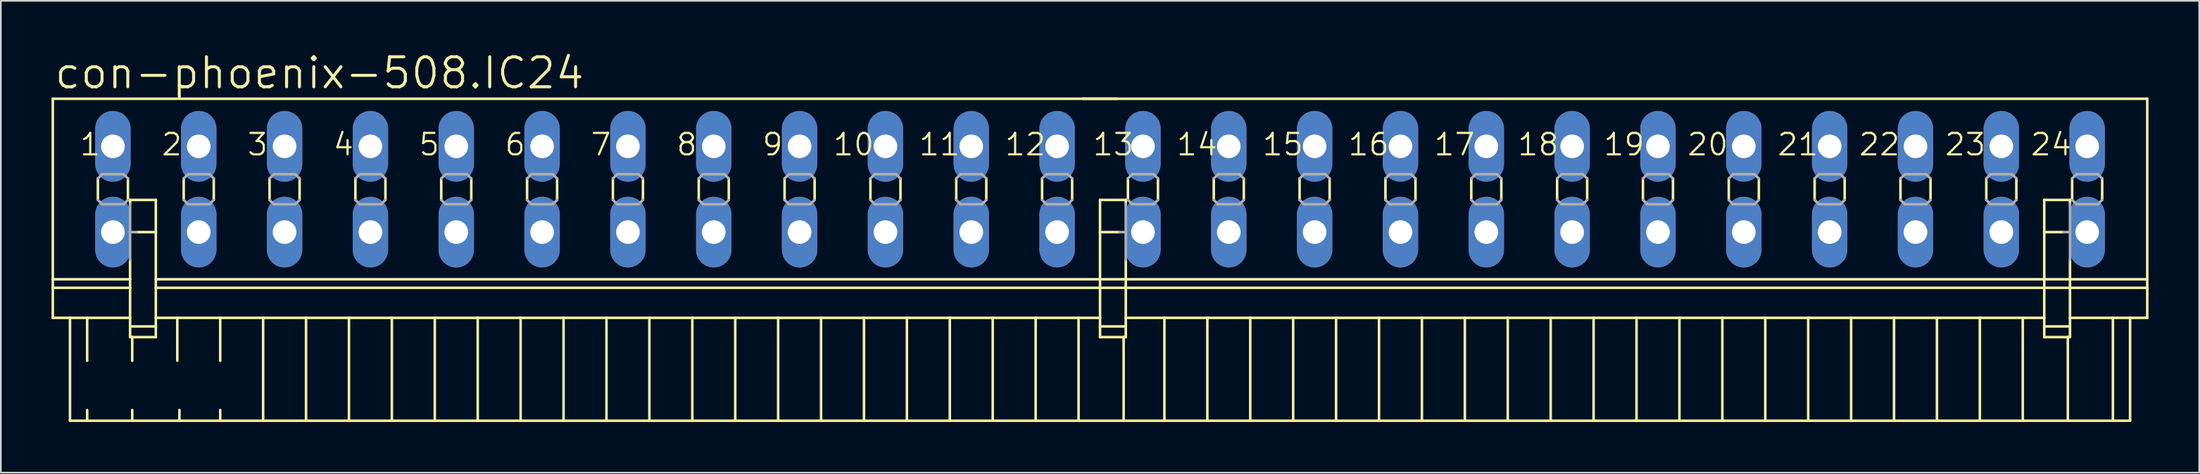
<source format=kicad_pcb>
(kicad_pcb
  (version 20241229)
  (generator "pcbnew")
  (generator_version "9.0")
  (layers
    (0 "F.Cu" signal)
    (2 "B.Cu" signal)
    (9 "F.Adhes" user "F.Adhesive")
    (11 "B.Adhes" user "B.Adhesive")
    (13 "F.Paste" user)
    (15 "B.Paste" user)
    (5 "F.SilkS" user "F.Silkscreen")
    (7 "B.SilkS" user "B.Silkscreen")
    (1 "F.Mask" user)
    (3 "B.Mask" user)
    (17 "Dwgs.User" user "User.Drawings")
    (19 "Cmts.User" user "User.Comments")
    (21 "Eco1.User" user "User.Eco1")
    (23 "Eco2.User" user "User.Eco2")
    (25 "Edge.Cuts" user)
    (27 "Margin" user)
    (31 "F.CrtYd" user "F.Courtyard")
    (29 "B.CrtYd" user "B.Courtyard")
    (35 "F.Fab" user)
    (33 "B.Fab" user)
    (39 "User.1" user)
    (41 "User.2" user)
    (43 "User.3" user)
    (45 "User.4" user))
  (footprint "con-phoenix-508.IC24"
    (layer "F.Cu")
    (at 62.052 8.16)
    (property "Reference" "con-phoenix-508.IC24" (at -61.976 -5.842 0) (layer "F.SilkS") (effects (font (size 1.778 1.778) (thickness 0.18)) (justify left bottom)))
    (attr through_hole)
    (fp_line (start -61.976 -5.359) (end -61.976 5.334) (stroke (width 0.152) (type default)) (layer "F.SilkS"))
    (fp_line (start -61.976 -5.359) (end -1.016 -5.359) (stroke (width 0.152) (type default)) (layer "F.SilkS"))
    (fp_line (start -61.976 5.334) (end -61.976 5.842) (stroke (width 0.152) (type default)) (layer "F.SilkS"))
    (fp_line (start -61.976 5.334) (end -57.404 5.334) (stroke (width 0.152) (type default)) (layer "F.SilkS"))
    (fp_line (start -61.976 5.842) (end -61.976 7.62) (stroke (width 0.152) (type default)) (layer "F.SilkS"))
    (fp_line (start -61.976 5.842) (end -57.404 5.842) (stroke (width 0.152) (type default)) (layer "F.SilkS"))
    (fp_line (start -61.976 7.62) (end -60.96 7.62) (stroke (width 0.152) (type default)) (layer "F.SilkS"))
    (fp_line (start -60.96 7.62) (end -60.96 13.716) (stroke (width 0.152) (type default)) (layer "F.SilkS"))
    (fp_line (start -60.96 7.62) (end -59.944 7.62) (stroke (width 0.152) (type default)) (layer "F.SilkS"))
    (fp_line (start -60.96 13.716) (end -59.944 13.716) (stroke (width 0.152) (type default)) (layer "F.SilkS"))
    (fp_line (start -59.944 7.62) (end -59.944 10.16) (stroke (width 0.152) (type default)) (layer "F.SilkS"))
    (fp_line (start -59.944 7.62) (end -57.404 7.62) (stroke (width 0.152) (type default)) (layer "F.SilkS"))
    (fp_line (start -59.944 13.081) (end -59.944 13.716) (stroke (width 0.152) (type default)) (layer "F.SilkS"))
    (fp_line (start -59.944 13.716) (end -57.277 13.716) (stroke (width 0.152) (type default)) (layer "F.SilkS"))
    (fp_line (start -59.309 -0.635) (end -59.309 0.635) (stroke (width 0.152) (type default)) (layer "F.SilkS"))
    (fp_line (start -57.531 -0.635) (end -57.531 0.635) (stroke (width 0.152) (type default)) (layer "F.SilkS"))
    (fp_line (start -57.404 0.635) (end -57.404 0.889) (stroke (width 0.152) (type default)) (layer "F.SilkS"))
    (fp_line (start -57.404 0.635) (end -55.88 0.635) (stroke (width 0.152) (type default)) (layer "F.SilkS"))
    (fp_line (start -57.404 4.191) (end -57.404 5.334) (stroke (width 0.152) (type default)) (layer "F.SilkS"))
    (fp_line (start -57.404 5.842) (end -57.404 5.334) (stroke (width 0.152) (type default)) (layer "F.SilkS"))
    (fp_line (start -57.404 7.62) (end -57.404 5.842) (stroke (width 0.152) (type default)) (layer "F.SilkS"))
    (fp_line (start -57.404 8.128) (end -57.404 7.62) (stroke (width 0.152) (type default)) (layer "F.SilkS"))
    (fp_line (start -57.404 8.128) (end -55.88 8.128) (stroke (width 0.152) (type default)) (layer "F.SilkS"))
    (fp_line (start -57.404 8.763) (end -57.404 8.128) (stroke (width 0.152) (type default)) (layer "F.SilkS"))
    (fp_line (start -57.277 8.763) (end -57.404 8.763) (stroke (width 0.152) (type default)) (layer "F.SilkS"))
    (fp_line (start -57.277 8.763) (end -57.277 10.16) (stroke (width 0.152) (type default)) (layer "F.SilkS"))
    (fp_line (start -57.277 13.081) (end -57.277 13.716) (stroke (width 0.152) (type default)) (layer "F.SilkS"))
    (fp_line (start -57.277 13.716) (end -54.483 13.716) (stroke (width 0.152) (type default)) (layer "F.SilkS"))
    (fp_line (start -55.88 0.635) (end -55.88 2.54) (stroke (width 0.152) (type default)) (layer "F.SilkS"))
    (fp_line (start -55.88 2.54) (end -57.023 2.54) (stroke (width 0.152) (type default)) (layer "F.SilkS"))
    (fp_line (start -55.88 2.54) (end -55.88 5.334) (stroke (width 0.152) (type default)) (layer "F.SilkS"))
    (fp_line (start -55.88 5.334) (end -55.88 5.842) (stroke (width 0.152) (type default)) (layer "F.SilkS"))
    (fp_line (start -55.88 5.334) (end 0 5.334) (stroke (width 0.152) (type default)) (layer "F.SilkS"))
    (fp_line (start -55.88 5.842) (end -55.88 7.62) (stroke (width 0.152) (type default)) (layer "F.SilkS"))
    (fp_line (start -55.88 5.842) (end 0 5.842) (stroke (width 0.152) (type default)) (layer "F.SilkS"))
    (fp_line (start -55.88 7.62) (end -55.88 8.128) (stroke (width 0.152) (type default)) (layer "F.SilkS"))
    (fp_line (start -55.88 7.62) (end -54.61 7.62) (stroke (width 0.152) (type default)) (layer "F.SilkS"))
    (fp_line (start -55.88 8.128) (end -55.88 8.763) (stroke (width 0.152) (type default)) (layer "F.SilkS"))
    (fp_line (start -55.88 8.763) (end -57.277 8.763) (stroke (width 0.152) (type default)) (layer "F.SilkS"))
    (fp_line (start -54.61 7.62) (end -54.61 10.16) (stroke (width 0.152) (type default)) (layer "F.SilkS"))
    (fp_line (start -54.61 7.62) (end -52.07 7.62) (stroke (width 0.152) (type default)) (layer "F.SilkS"))
    (fp_line (start -54.483 13.081) (end -54.483 13.716) (stroke (width 0.152) (type default)) (layer "F.SilkS"))
    (fp_line (start -54.483 13.716) (end -52.07 13.716) (stroke (width 0.152) (type default)) (layer "F.SilkS"))
    (fp_line (start -54.229 -0.635) (end -54.229 0.635) (stroke (width 0.152) (type default)) (layer "F.SilkS"))
    (fp_line (start -52.451 -0.635) (end -52.451 0.635) (stroke (width 0.152) (type default)) (layer "F.SilkS"))
    (fp_line (start -52.07 7.62) (end -52.07 10.16) (stroke (width 0.152) (type default)) (layer "F.SilkS"))
    (fp_line (start -52.07 7.62) (end -49.53 7.62) (stroke (width 0.152) (type default)) (layer "F.SilkS"))
    (fp_line (start -52.07 13.081) (end -52.07 13.716) (stroke (width 0.152) (type default)) (layer "F.SilkS"))
    (fp_line (start -52.07 13.716) (end -49.53 13.716) (stroke (width 0.152) (type default)) (layer "F.SilkS"))
    (fp_line (start -49.53 7.62) (end -49.53 13.716) (stroke (width 0.152) (type default)) (layer "F.SilkS"))
    (fp_line (start -49.53 7.62) (end -46.99 7.62) (stroke (width 0.152) (type default)) (layer "F.SilkS"))
    (fp_line (start -49.53 13.716) (end -46.99 13.716) (stroke (width 0.152) (type default)) (layer "F.SilkS"))
    (fp_line (start -49.149 -0.635) (end -49.149 0.635) (stroke (width 0.152) (type default)) (layer "F.SilkS"))
    (fp_line (start -47.371 -0.635) (end -47.371 0.635) (stroke (width 0.152) (type default)) (layer "F.SilkS"))
    (fp_line (start -46.99 7.62) (end -46.99 13.716) (stroke (width 0.152) (type default)) (layer "F.SilkS"))
    (fp_line (start -46.99 7.62) (end -44.45 7.62) (stroke (width 0.152) (type default)) (layer "F.SilkS"))
    (fp_line (start -46.99 13.716) (end -44.45 13.716) (stroke (width 0.152) (type default)) (layer "F.SilkS"))
    (fp_line (start -44.45 7.62) (end -44.45 13.716) (stroke (width 0.152) (type default)) (layer "F.SilkS"))
    (fp_line (start -44.45 7.62) (end -41.91 7.62) (stroke (width 0.152) (type default)) (layer "F.SilkS"))
    (fp_line (start -44.45 13.716) (end -41.91 13.716) (stroke (width 0.152) (type default)) (layer "F.SilkS"))
    (fp_line (start -44.069 -0.635) (end -44.069 0.635) (stroke (width 0.152) (type default)) (layer "F.SilkS"))
    (fp_line (start -42.291 -0.635) (end -42.291 0.635) (stroke (width 0.152) (type default)) (layer "F.SilkS"))
    (fp_line (start -41.91 7.62) (end -41.91 13.716) (stroke (width 0.152) (type default)) (layer "F.SilkS"))
    (fp_line (start -41.91 7.62) (end -39.37 7.62) (stroke (width 0.152) (type default)) (layer "F.SilkS"))
    (fp_line (start -41.91 13.716) (end -39.37 13.716) (stroke (width 0.152) (type default)) (layer "F.SilkS"))
    (fp_line (start -39.37 7.62) (end -39.37 13.716) (stroke (width 0.152) (type default)) (layer "F.SilkS"))
    (fp_line (start -39.37 7.62) (end -36.83 7.62) (stroke (width 0.152) (type default)) (layer "F.SilkS"))
    (fp_line (start -39.37 13.716) (end -36.83 13.716) (stroke (width 0.152) (type default)) (layer "F.SilkS"))
    (fp_line (start -38.989 -0.635) (end -38.989 0.635) (stroke (width 0.152) (type default)) (layer "F.SilkS"))
    (fp_line (start -37.211 -0.635) (end -37.211 0.635) (stroke (width 0.152) (type default)) (layer "F.SilkS"))
    (fp_line (start -36.83 7.62) (end -36.83 13.716) (stroke (width 0.152) (type default)) (layer "F.SilkS"))
    (fp_line (start -36.83 7.62) (end -34.29 7.62) (stroke (width 0.152) (type default)) (layer "F.SilkS"))
    (fp_line (start -36.83 13.716) (end -34.29 13.716) (stroke (width 0.152) (type default)) (layer "F.SilkS"))
    (fp_line (start -34.29 7.62) (end -34.29 13.716) (stroke (width 0.152) (type default)) (layer "F.SilkS"))
    (fp_line (start -34.29 7.62) (end -31.75 7.62) (stroke (width 0.152) (type default)) (layer "F.SilkS"))
    (fp_line (start -34.29 13.716) (end -31.75 13.716) (stroke (width 0.152) (type default)) (layer "F.SilkS"))
    (fp_line (start -33.909 -0.635) (end -33.909 0.635) (stroke (width 0.152) (type default)) (layer "F.SilkS"))
    (fp_line (start -32.131 -0.635) (end -32.131 0.635) (stroke (width 0.152) (type default)) (layer "F.SilkS"))
    (fp_line (start -31.75 7.62) (end -31.75 13.716) (stroke (width 0.152) (type default)) (layer "F.SilkS"))
    (fp_line (start -31.75 7.62) (end -29.21 7.62) (stroke (width 0.152) (type default)) (layer "F.SilkS"))
    (fp_line (start -31.75 13.716) (end -29.21 13.716) (stroke (width 0.152) (type default)) (layer "F.SilkS"))
    (fp_line (start -29.21 7.62) (end -29.21 13.716) (stroke (width 0.152) (type default)) (layer "F.SilkS"))
    (fp_line (start -29.21 7.62) (end -26.67 7.62) (stroke (width 0.152) (type default)) (layer "F.SilkS"))
    (fp_line (start -29.21 13.716) (end -26.67 13.716) (stroke (width 0.152) (type default)) (layer "F.SilkS"))
    (fp_line (start -28.829 -0.635) (end -28.829 0.635) (stroke (width 0.152) (type default)) (layer "F.SilkS"))
    (fp_line (start -27.051 -0.635) (end -27.051 0.635) (stroke (width 0.152) (type default)) (layer "F.SilkS"))
    (fp_line (start -26.67 7.62) (end -26.67 13.716) (stroke (width 0.152) (type default)) (layer "F.SilkS"))
    (fp_line (start -26.67 7.62) (end -24.13 7.62) (stroke (width 0.152) (type default)) (layer "F.SilkS"))
    (fp_line (start -26.67 13.716) (end -24.13 13.716) (stroke (width 0.152) (type default)) (layer "F.SilkS"))
    (fp_line (start -24.13 7.62) (end -24.13 13.716) (stroke (width 0.152) (type default)) (layer "F.SilkS"))
    (fp_line (start -24.13 7.62) (end -21.59 7.62) (stroke (width 0.152) (type default)) (layer "F.SilkS"))
    (fp_line (start -24.13 13.716) (end -21.59 13.716) (stroke (width 0.152) (type default)) (layer "F.SilkS"))
    (fp_line (start -23.749 -0.635) (end -23.749 0.635) (stroke (width 0.152) (type default)) (layer "F.SilkS"))
    (fp_line (start -21.971 -0.635) (end -21.971 0.635) (stroke (width 0.152) (type default)) (layer "F.SilkS"))
    (fp_line (start -21.59 7.62) (end -21.59 13.716) (stroke (width 0.152) (type default)) (layer "F.SilkS"))
    (fp_line (start -21.59 7.62) (end -19.05 7.62) (stroke (width 0.152) (type default)) (layer "F.SilkS"))
    (fp_line (start -21.59 13.716) (end -19.05 13.716) (stroke (width 0.152) (type default)) (layer "F.SilkS"))
    (fp_line (start -19.05 7.62) (end -19.05 13.716) (stroke (width 0.152) (type default)) (layer "F.SilkS"))
    (fp_line (start -19.05 7.62) (end -16.51 7.62) (stroke (width 0.152) (type default)) (layer "F.SilkS"))
    (fp_line (start -19.05 13.716) (end -16.51 13.716) (stroke (width 0.152) (type default)) (layer "F.SilkS"))
    (fp_line (start -18.669 -0.635) (end -18.669 0.635) (stroke (width 0.152) (type default)) (layer "F.SilkS"))
    (fp_line (start -16.891 -0.635) (end -16.891 0.635) (stroke (width 0.152) (type default)) (layer "F.SilkS"))
    (fp_line (start -16.51 7.62) (end -16.51 13.716) (stroke (width 0.152) (type default)) (layer "F.SilkS"))
    (fp_line (start -16.51 7.62) (end -13.97 7.62) (stroke (width 0.152) (type default)) (layer "F.SilkS"))
    (fp_line (start -16.51 13.716) (end -13.97 13.716) (stroke (width 0.152) (type default)) (layer "F.SilkS"))
    (fp_line (start -13.97 7.62) (end -13.97 13.716) (stroke (width 0.152) (type default)) (layer "F.SilkS"))
    (fp_line (start -13.97 7.62) (end -11.43 7.62) (stroke (width 0.152) (type default)) (layer "F.SilkS"))
    (fp_line (start -13.97 13.716) (end -11.43 13.716) (stroke (width 0.152) (type default)) (layer "F.SilkS"))
    (fp_line (start -13.589 -0.635) (end -13.589 0.635) (stroke (width 0.152) (type default)) (layer "F.SilkS"))
    (fp_line (start -11.811 -0.635) (end -11.811 0.635) (stroke (width 0.152) (type default)) (layer "F.SilkS"))
    (fp_line (start -11.43 7.62) (end -11.43 13.716) (stroke (width 0.152) (type default)) (layer "F.SilkS"))
    (fp_line (start -11.43 7.62) (end -8.89 7.62) (stroke (width 0.152) (type default)) (layer "F.SilkS"))
    (fp_line (start -11.43 13.716) (end -8.89 13.716) (stroke (width 0.152) (type default)) (layer "F.SilkS"))
    (fp_line (start -8.89 7.62) (end -8.89 13.716) (stroke (width 0.152) (type default)) (layer "F.SilkS"))
    (fp_line (start -8.89 7.62) (end -6.35 7.62) (stroke (width 0.152) (type default)) (layer "F.SilkS"))
    (fp_line (start -8.89 13.716) (end -6.35 13.716) (stroke (width 0.152) (type default)) (layer "F.SilkS"))
    (fp_line (start -8.509 -0.635) (end -8.509 0.635) (stroke (width 0.152) (type default)) (layer "F.SilkS"))
    (fp_line (start -6.731 -0.635) (end -6.731 0.635) (stroke (width 0.152) (type default)) (layer "F.SilkS"))
    (fp_line (start -6.35 7.62) (end -6.35 13.716) (stroke (width 0.152) (type default)) (layer "F.SilkS"))
    (fp_line (start -6.35 7.62) (end -3.81 7.62) (stroke (width 0.152) (type default)) (layer "F.SilkS"))
    (fp_line (start -6.35 13.716) (end -3.81 13.716) (stroke (width 0.152) (type default)) (layer "F.SilkS"))
    (fp_line (start -3.81 7.62) (end -3.81 13.716) (stroke (width 0.152) (type default)) (layer "F.SilkS"))
    (fp_line (start -3.81 7.62) (end -1.27 7.62) (stroke (width 0.152) (type default)) (layer "F.SilkS"))
    (fp_line (start -3.81 13.716) (end -1.27 13.716) (stroke (width 0.152) (type default)) (layer "F.SilkS"))
    (fp_line (start -3.429 -0.635) (end -3.429 0.635) (stroke (width 0.152) (type default)) (layer "F.SilkS"))
    (fp_line (start -1.651 -0.635) (end -1.651 0.635) (stroke (width 0.152) (type default)) (layer "F.SilkS"))
    (fp_line (start -1.27 7.62) (end -1.27 13.716) (stroke (width 0.152) (type default)) (layer "F.SilkS"))
    (fp_line (start -1.27 7.62) (end 0 7.62) (stroke (width 0.152) (type default)) (layer "F.SilkS"))
    (fp_line (start -1.27 13.716) (end 1.397 13.716) (stroke (width 0.152) (type default)) (layer "F.SilkS"))
    (fp_line (start -1.016 -5.359) (end 1.016 -5.359) (stroke (width 0.152) (type default)) (layer "F.SilkS"))
    (fp_line (start -1.016 -5.359) (end 61.976 -5.359) (stroke (width 0.152) (type default)) (layer "F.SilkS"))
    (fp_line (start 0 0.635) (end 0 2.54) (stroke (width 0.152) (type default)) (layer "F.SilkS"))
    (fp_line (start 0 2.54) (end 0 5.334) (stroke (width 0.152) (type default)) (layer "F.SilkS"))
    (fp_line (start 0 2.54) (end 1.143 2.54) (stroke (width 0.152) (type default)) (layer "F.SilkS"))
    (fp_line (start 0 5.334) (end 0 5.842) (stroke (width 0.152) (type default)) (layer "F.SilkS"))
    (fp_line (start 0 5.334) (end 1.524 5.334) (stroke (width 0.152) (type default)) (layer "F.SilkS"))
    (fp_line (start 0 5.842) (end 0 7.62) (stroke (width 0.152) (type default)) (layer "F.SilkS"))
    (fp_line (start 0 5.842) (end 1.524 5.842) (stroke (width 0.152) (type default)) (layer "F.SilkS"))
    (fp_line (start 0 7.62) (end 0 8.128) (stroke (width 0.152) (type default)) (layer "F.SilkS"))
    (fp_line (start 0 8.128) (end 0 8.763) (stroke (width 0.152) (type default)) (layer "F.SilkS"))
    (fp_line (start 0 8.128) (end 1.524 8.128) (stroke (width 0.152) (type default)) (layer "F.SilkS"))
    (fp_line (start 1.397 8.763) (end 0 8.763) (stroke (width 0.152) (type default)) (layer "F.SilkS"))
    (fp_line (start 1.397 8.763) (end 1.397 13.716) (stroke (width 0.152) (type default)) (layer "F.SilkS"))
    (fp_line (start 1.397 13.716) (end 3.81 13.716) (stroke (width 0.152) (type default)) (layer "F.SilkS"))
    (fp_line (start 1.524 0.635) (end 0 0.635) (stroke (width 0.152) (type default)) (layer "F.SilkS"))
    (fp_line (start 1.524 0.889) (end 1.524 0.635) (stroke (width 0.152) (type default)) (layer "F.SilkS"))
    (fp_line (start 1.524 4.191) (end 1.524 5.334) (stroke (width 0.152) (type default)) (layer "F.SilkS"))
    (fp_line (start 1.524 5.334) (end 55.88 5.334) (stroke (width 0.152) (type default)) (layer "F.SilkS"))
    (fp_line (start 1.524 5.842) (end 1.524 5.334) (stroke (width 0.152) (type default)) (layer "F.SilkS"))
    (fp_line (start 1.524 5.842) (end 55.88 5.842) (stroke (width 0.152) (type default)) (layer "F.SilkS"))
    (fp_line (start 1.524 7.62) (end 1.524 5.842) (stroke (width 0.152) (type default)) (layer "F.SilkS"))
    (fp_line (start 1.524 7.62) (end 3.81 7.62) (stroke (width 0.152) (type default)) (layer "F.SilkS"))
    (fp_line (start 1.524 8.128) (end 1.524 7.62) (stroke (width 0.152) (type default)) (layer "F.SilkS"))
    (fp_line (start 1.524 8.763) (end 1.397 8.763) (stroke (width 0.152) (type default)) (layer "F.SilkS"))
    (fp_line (start 1.524 8.763) (end 1.524 8.128) (stroke (width 0.152) (type default)) (layer "F.SilkS"))
    (fp_line (start 1.651 -0.635) (end 1.651 0.635) (stroke (width 0.152) (type default)) (layer "F.SilkS"))
    (fp_line (start 3.429 -0.635) (end 3.429 0.635) (stroke (width 0.152) (type default)) (layer "F.SilkS"))
    (fp_line (start 3.81 7.62) (end 3.81 13.716) (stroke (width 0.152) (type default)) (layer "F.SilkS"))
    (fp_line (start 3.81 7.62) (end 6.35 7.62) (stroke (width 0.152) (type default)) (layer "F.SilkS"))
    (fp_line (start 3.81 13.716) (end 6.35 13.716) (stroke (width 0.152) (type default)) (layer "F.SilkS"))
    (fp_line (start 6.35 7.62) (end 6.35 13.716) (stroke (width 0.152) (type default)) (layer "F.SilkS"))
    (fp_line (start 6.35 7.62) (end 8.89 7.62) (stroke (width 0.152) (type default)) (layer "F.SilkS"))
    (fp_line (start 6.35 13.716) (end 8.89 13.716) (stroke (width 0.152) (type default)) (layer "F.SilkS"))
    (fp_line (start 6.731 -0.635) (end 6.731 0.635) (stroke (width 0.152) (type default)) (layer "F.SilkS"))
    (fp_line (start 8.509 -0.635) (end 8.509 0.635) (stroke (width 0.152) (type default)) (layer "F.SilkS"))
    (fp_line (start 8.89 7.62) (end 8.89 13.716) (stroke (width 0.152) (type default)) (layer "F.SilkS"))
    (fp_line (start 8.89 7.62) (end 11.43 7.62) (stroke (width 0.152) (type default)) (layer "F.SilkS"))
    (fp_line (start 8.89 13.716) (end 11.43 13.716) (stroke (width 0.152) (type default)) (layer "F.SilkS"))
    (fp_line (start 11.43 7.62) (end 11.43 13.716) (stroke (width 0.152) (type default)) (layer "F.SilkS"))
    (fp_line (start 11.43 7.62) (end 13.97 7.62) (stroke (width 0.152) (type default)) (layer "F.SilkS"))
    (fp_line (start 11.43 13.716) (end 13.97 13.716) (stroke (width 0.152) (type default)) (layer "F.SilkS"))
    (fp_line (start 11.811 -0.635) (end 11.811 0.635) (stroke (width 0.152) (type default)) (layer "F.SilkS"))
    (fp_line (start 13.589 -0.635) (end 13.589 0.635) (stroke (width 0.152) (type default)) (layer "F.SilkS"))
    (fp_line (start 13.97 7.62) (end 13.97 13.716) (stroke (width 0.152) (type default)) (layer "F.SilkS"))
    (fp_line (start 13.97 7.62) (end 16.51 7.62) (stroke (width 0.152) (type default)) (layer "F.SilkS"))
    (fp_line (start 13.97 13.716) (end 16.51 13.716) (stroke (width 0.152) (type default)) (layer "F.SilkS"))
    (fp_line (start 16.51 7.62) (end 16.51 13.716) (stroke (width 0.152) (type default)) (layer "F.SilkS"))
    (fp_line (start 16.51 7.62) (end 19.05 7.62) (stroke (width 0.152) (type default)) (layer "F.SilkS"))
    (fp_line (start 16.51 13.716) (end 19.05 13.716) (stroke (width 0.152) (type default)) (layer "F.SilkS"))
    (fp_line (start 16.891 -0.635) (end 16.891 0.635) (stroke (width 0.152) (type default)) (layer "F.SilkS"))
    (fp_line (start 18.669 -0.635) (end 18.669 0.635) (stroke (width 0.152) (type default)) (layer "F.SilkS"))
    (fp_line (start 19.05 7.62) (end 19.05 13.716) (stroke (width 0.152) (type default)) (layer "F.SilkS"))
    (fp_line (start 19.05 7.62) (end 21.59 7.62) (stroke (width 0.152) (type default)) (layer "F.SilkS"))
    (fp_line (start 19.05 13.716) (end 21.59 13.716) (stroke (width 0.152) (type default)) (layer "F.SilkS"))
    (fp_line (start 21.59 7.62) (end 21.59 13.716) (stroke (width 0.152) (type default)) (layer "F.SilkS"))
    (fp_line (start 21.59 7.62) (end 24.13 7.62) (stroke (width 0.152) (type default)) (layer "F.SilkS"))
    (fp_line (start 21.59 13.716) (end 24.13 13.716) (stroke (width 0.152) (type default)) (layer "F.SilkS"))
    (fp_line (start 21.971 -0.635) (end 21.971 0.635) (stroke (width 0.152) (type default)) (layer "F.SilkS"))
    (fp_line (start 23.749 -0.635) (end 23.749 0.635) (stroke (width 0.152) (type default)) (layer "F.SilkS"))
    (fp_line (start 24.13 7.62) (end 24.13 13.716) (stroke (width 0.152) (type default)) (layer "F.SilkS"))
    (fp_line (start 24.13 7.62) (end 26.67 7.62) (stroke (width 0.152) (type default)) (layer "F.SilkS"))
    (fp_line (start 24.13 13.716) (end 26.67 13.716) (stroke (width 0.152) (type default)) (layer "F.SilkS"))
    (fp_line (start 26.67 7.62) (end 26.67 13.716) (stroke (width 0.152) (type default)) (layer "F.SilkS"))
    (fp_line (start 26.67 7.62) (end 29.21 7.62) (stroke (width 0.152) (type default)) (layer "F.SilkS"))
    (fp_line (start 26.67 13.716) (end 29.21 13.716) (stroke (width 0.152) (type default)) (layer "F.SilkS"))
    (fp_line (start 27.051 -0.635) (end 27.051 0.635) (stroke (width 0.152) (type default)) (layer "F.SilkS"))
    (fp_line (start 28.829 -0.635) (end 28.829 0.635) (stroke (width 0.152) (type default)) (layer "F.SilkS"))
    (fp_line (start 29.21 7.62) (end 29.21 13.716) (stroke (width 0.152) (type default)) (layer "F.SilkS"))
    (fp_line (start 29.21 7.62) (end 31.75 7.62) (stroke (width 0.152) (type default)) (layer "F.SilkS"))
    (fp_line (start 29.21 13.716) (end 31.75 13.716) (stroke (width 0.152) (type default)) (layer "F.SilkS"))
    (fp_line (start 31.75 7.62) (end 31.75 13.716) (stroke (width 0.152) (type default)) (layer "F.SilkS"))
    (fp_line (start 31.75 7.62) (end 34.29 7.62) (stroke (width 0.152) (type default)) (layer "F.SilkS"))
    (fp_line (start 31.75 13.716) (end 34.29 13.716) (stroke (width 0.152) (type default)) (layer "F.SilkS"))
    (fp_line (start 32.131 -0.635) (end 32.131 0.635) (stroke (width 0.152) (type default)) (layer "F.SilkS"))
    (fp_line (start 33.909 -0.635) (end 33.909 0.635) (stroke (width 0.152) (type default)) (layer "F.SilkS"))
    (fp_line (start 34.29 7.62) (end 34.29 13.716) (stroke (width 0.152) (type default)) (layer "F.SilkS"))
    (fp_line (start 34.29 7.62) (end 36.83 7.62) (stroke (width 0.152) (type default)) (layer "F.SilkS"))
    (fp_line (start 34.29 13.716) (end 36.83 13.716) (stroke (width 0.152) (type default)) (layer "F.SilkS"))
    (fp_line (start 36.83 7.62) (end 36.83 13.716) (stroke (width 0.152) (type default)) (layer "F.SilkS"))
    (fp_line (start 36.83 7.62) (end 39.37 7.62) (stroke (width 0.152) (type default)) (layer "F.SilkS"))
    (fp_line (start 36.83 13.716) (end 39.37 13.716) (stroke (width 0.152) (type default)) (layer "F.SilkS"))
    (fp_line (start 37.211 -0.635) (end 37.211 0.635) (stroke (width 0.152) (type default)) (layer "F.SilkS"))
    (fp_line (start 38.989 -0.635) (end 38.989 0.635) (stroke (width 0.152) (type default)) (layer "F.SilkS"))
    (fp_line (start 39.37 7.62) (end 39.37 13.716) (stroke (width 0.152) (type default)) (layer "F.SilkS"))
    (fp_line (start 39.37 7.62) (end 41.91 7.62) (stroke (width 0.152) (type default)) (layer "F.SilkS"))
    (fp_line (start 39.37 13.716) (end 41.91 13.716) (stroke (width 0.152) (type default)) (layer "F.SilkS"))
    (fp_line (start 41.91 7.62) (end 41.91 13.716) (stroke (width 0.152) (type default)) (layer "F.SilkS"))
    (fp_line (start 41.91 7.62) (end 44.45 7.62) (stroke (width 0.152) (type default)) (layer "F.SilkS"))
    (fp_line (start 41.91 13.716) (end 44.45 13.716) (stroke (width 0.152) (type default)) (layer "F.SilkS"))
    (fp_line (start 42.291 -0.635) (end 42.291 0.635) (stroke (width 0.152) (type default)) (layer "F.SilkS"))
    (fp_line (start 44.069 -0.635) (end 44.069 0.635) (stroke (width 0.152) (type default)) (layer "F.SilkS"))
    (fp_line (start 44.45 7.62) (end 44.45 13.716) (stroke (width 0.152) (type default)) (layer "F.SilkS"))
    (fp_line (start 44.45 7.62) (end 46.99 7.62) (stroke (width 0.152) (type default)) (layer "F.SilkS"))
    (fp_line (start 44.45 13.716) (end 46.99 13.716) (stroke (width 0.152) (type default)) (layer "F.SilkS"))
    (fp_line (start 46.99 7.62) (end 46.99 13.716) (stroke (width 0.152) (type default)) (layer "F.SilkS"))
    (fp_line (start 46.99 7.62) (end 49.53 7.62) (stroke (width 0.152) (type default)) (layer "F.SilkS"))
    (fp_line (start 46.99 13.716) (end 49.53 13.716) (stroke (width 0.152) (type default)) (layer "F.SilkS"))
    (fp_line (start 47.371 -0.635) (end 47.371 0.635) (stroke (width 0.152) (type default)) (layer "F.SilkS"))
    (fp_line (start 49.149 -0.635) (end 49.149 0.635) (stroke (width 0.152) (type default)) (layer "F.SilkS"))
    (fp_line (start 49.53 7.62) (end 49.53 13.716) (stroke (width 0.152) (type default)) (layer "F.SilkS"))
    (fp_line (start 49.53 7.62) (end 52.07 7.62) (stroke (width 0.152) (type default)) (layer "F.SilkS"))
    (fp_line (start 49.53 13.716) (end 52.07 13.716) (stroke (width 0.152) (type default)) (layer "F.SilkS"))
    (fp_line (start 52.07 7.62) (end 52.07 13.716) (stroke (width 0.152) (type default)) (layer "F.SilkS"))
    (fp_line (start 52.07 7.62) (end 54.61 7.62) (stroke (width 0.152) (type default)) (layer "F.SilkS"))
    (fp_line (start 52.07 13.716) (end 54.61 13.716) (stroke (width 0.152) (type default)) (layer "F.SilkS"))
    (fp_line (start 52.451 -0.635) (end 52.451 0.635) (stroke (width 0.152) (type default)) (layer "F.SilkS"))
    (fp_line (start 54.229 -0.635) (end 54.229 0.635) (stroke (width 0.152) (type default)) (layer "F.SilkS"))
    (fp_line (start 54.61 7.62) (end 54.61 13.716) (stroke (width 0.152) (type default)) (layer "F.SilkS"))
    (fp_line (start 54.61 7.62) (end 55.88 7.62) (stroke (width 0.152) (type default)) (layer "F.SilkS"))
    (fp_line (start 54.61 13.716) (end 57.277 13.716) (stroke (width 0.152) (type default)) (layer "F.SilkS"))
    (fp_line (start 55.88 0.635) (end 55.88 2.54) (stroke (width 0.152) (type default)) (layer "F.SilkS"))
    (fp_line (start 55.88 2.54) (end 55.88 5.334) (stroke (width 0.152) (type default)) (layer "F.SilkS"))
    (fp_line (start 55.88 2.54) (end 57.023 2.54) (stroke (width 0.152) (type default)) (layer "F.SilkS"))
    (fp_line (start 55.88 5.334) (end 55.88 5.842) (stroke (width 0.152) (type default)) (layer "F.SilkS"))
    (fp_line (start 55.88 5.334) (end 57.404 5.334) (stroke (width 0.152) (type default)) (layer "F.SilkS"))
    (fp_line (start 55.88 5.842) (end 55.88 7.62) (stroke (width 0.152) (type default)) (layer "F.SilkS"))
    (fp_line (start 55.88 5.842) (end 57.404 5.842) (stroke (width 0.152) (type default)) (layer "F.SilkS"))
    (fp_line (start 55.88 7.62) (end 55.88 8.128) (stroke (width 0.152) (type default)) (layer "F.SilkS"))
    (fp_line (start 55.88 8.128) (end 55.88 8.763) (stroke (width 0.152) (type default)) (layer "F.SilkS"))
    (fp_line (start 55.88 8.128) (end 57.404 8.128) (stroke (width 0.152) (type default)) (layer "F.SilkS"))
    (fp_line (start 57.277 8.763) (end 55.88 8.763) (stroke (width 0.152) (type default)) (layer "F.SilkS"))
    (fp_line (start 57.277 8.763) (end 57.277 13.716) (stroke (width 0.152) (type default)) (layer "F.SilkS"))
    (fp_line (start 57.277 13.716) (end 59.944 13.716) (stroke (width 0.152) (type default)) (layer "F.SilkS"))
    (fp_line (start 57.404 0.635) (end 55.88 0.635) (stroke (width 0.152) (type default)) (layer "F.SilkS"))
    (fp_line (start 57.404 0.889) (end 57.404 0.635) (stroke (width 0.152) (type default)) (layer "F.SilkS"))
    (fp_line (start 57.404 4.191) (end 57.404 5.334) (stroke (width 0.152) (type default)) (layer "F.SilkS"))
    (fp_line (start 57.404 5.334) (end 61.976 5.334) (stroke (width 0.152) (type default)) (layer "F.SilkS"))
    (fp_line (start 57.404 5.842) (end 57.404 5.334) (stroke (width 0.152) (type default)) (layer "F.SilkS"))
    (fp_line (start 57.404 5.842) (end 61.976 5.842) (stroke (width 0.152) (type default)) (layer "F.SilkS"))
    (fp_line (start 57.404 7.62) (end 57.404 5.842) (stroke (width 0.152) (type default)) (layer "F.SilkS"))
    (fp_line (start 57.404 7.62) (end 59.944 7.62) (stroke (width 0.152) (type default)) (layer "F.SilkS"))
    (fp_line (start 57.404 8.128) (end 57.404 7.62) (stroke (width 0.152) (type default)) (layer "F.SilkS"))
    (fp_line (start 57.404 8.763) (end 57.277 8.763) (stroke (width 0.152) (type default)) (layer "F.SilkS"))
    (fp_line (start 57.404 8.763) (end 57.404 8.128) (stroke (width 0.152) (type default)) (layer "F.SilkS"))
    (fp_line (start 57.531 -0.635) (end 57.531 0.635) (stroke (width 0.152) (type default)) (layer "F.SilkS"))
    (fp_line (start 59.309 -0.635) (end 59.309 0.635) (stroke (width 0.152) (type default)) (layer "F.SilkS"))
    (fp_line (start 59.944 7.62) (end 59.944 13.716) (stroke (width 0.152) (type default)) (layer "F.SilkS"))
    (fp_line (start 59.944 7.62) (end 60.96 7.62) (stroke (width 0.152) (type default)) (layer "F.SilkS"))
    (fp_line (start 59.944 13.716) (end 60.96 13.716) (stroke (width 0.152) (type default)) (layer "F.SilkS"))
    (fp_line (start 60.96 7.62) (end 60.96 13.716) (stroke (width 0.152) (type default)) (layer "F.SilkS"))
    (fp_line (start 60.96 7.62) (end 61.976 7.62) (stroke (width 0.152) (type default)) (layer "F.SilkS"))
    (fp_line (start 61.976 -5.359) (end 61.976 5.334) (stroke (width 0.152) (type default)) (layer "F.SilkS"))
    (fp_line (start 61.976 5.334) (end 61.976 5.842) (stroke (width 0.152) (type default)) (layer "F.SilkS"))
    (fp_line (start 61.976 5.842) (end 61.976 7.62) (stroke (width 0.152) (type default)) (layer "F.SilkS"))
    (fp_line (start -59.309 -0.635) (end -59.055 -0.889) (stroke (width 0.152) (type default)) (layer "F.Fab"))
    (fp_line (start -59.055 -0.889) (end -57.785 -0.889) (stroke (width 0.152) (type default)) (layer "F.Fab"))
    (fp_line (start -59.055 0.889) (end -59.309 0.635) (stroke (width 0.152) (type default)) (layer "F.Fab"))
    (fp_line (start -57.785 -0.889) (end -57.531 -0.635) (stroke (width 0.152) (type default)) (layer "F.Fab"))
    (fp_line (start -57.785 0.889) (end -59.055 0.889) (stroke (width 0.152) (type default)) (layer "F.Fab"))
    (fp_line (start -57.531 0.635) (end -57.785 0.889) (stroke (width 0.152) (type default)) (layer "F.Fab"))
    (fp_line (start -57.404 2.54) (end -57.404 0.889) (stroke (width 0.152) (type default)) (layer "F.Fab"))
    (fp_line (start -57.404 2.54) (end -57.023 2.54) (stroke (width 0.152) (type default)) (layer "F.Fab"))
    (fp_line (start -57.404 4.191) (end -57.404 2.54) (stroke (width 0.152) (type default)) (layer "F.Fab"))
    (fp_line (start -54.229 -0.635) (end -53.975 -0.889) (stroke (width 0.152) (type default)) (layer "F.Fab"))
    (fp_line (start -53.975 -0.889) (end -52.705 -0.889) (stroke (width 0.152) (type default)) (layer "F.Fab"))
    (fp_line (start -53.975 0.889) (end -54.229 0.635) (stroke (width 0.152) (type default)) (layer "F.Fab"))
    (fp_line (start -52.705 -0.889) (end -52.451 -0.635) (stroke (width 0.152) (type default)) (layer "F.Fab"))
    (fp_line (start -52.705 0.889) (end -53.975 0.889) (stroke (width 0.152) (type default)) (layer "F.Fab"))
    (fp_line (start -52.451 0.635) (end -52.705 0.889) (stroke (width 0.152) (type default)) (layer "F.Fab"))
    (fp_line (start -49.149 -0.635) (end -48.895 -0.889) (stroke (width 0.152) (type default)) (layer "F.Fab"))
    (fp_line (start -48.895 -0.889) (end -47.625 -0.889) (stroke (width 0.152) (type default)) (layer "F.Fab"))
    (fp_line (start -48.895 0.889) (end -49.149 0.635) (stroke (width 0.152) (type default)) (layer "F.Fab"))
    (fp_line (start -47.625 -0.889) (end -47.371 -0.635) (stroke (width 0.152) (type default)) (layer "F.Fab"))
    (fp_line (start -47.625 0.889) (end -48.895 0.889) (stroke (width 0.152) (type default)) (layer "F.Fab"))
    (fp_line (start -47.371 0.635) (end -47.625 0.889) (stroke (width 0.152) (type default)) (layer "F.Fab"))
    (fp_line (start -44.069 -0.635) (end -43.815 -0.889) (stroke (width 0.152) (type default)) (layer "F.Fab"))
    (fp_line (start -43.815 -0.889) (end -42.545 -0.889) (stroke (width 0.152) (type default)) (layer "F.Fab"))
    (fp_line (start -43.815 0.889) (end -44.069 0.635) (stroke (width 0.152) (type default)) (layer "F.Fab"))
    (fp_line (start -42.545 -0.889) (end -42.291 -0.635) (stroke (width 0.152) (type default)) (layer "F.Fab"))
    (fp_line (start -42.545 0.889) (end -43.815 0.889) (stroke (width 0.152) (type default)) (layer "F.Fab"))
    (fp_line (start -42.291 0.635) (end -42.545 0.889) (stroke (width 0.152) (type default)) (layer "F.Fab"))
    (fp_line (start -38.989 -0.635) (end -38.735 -0.889) (stroke (width 0.152) (type default)) (layer "F.Fab"))
    (fp_line (start -38.735 -0.889) (end -37.465 -0.889) (stroke (width 0.152) (type default)) (layer "F.Fab"))
    (fp_line (start -38.735 0.889) (end -38.989 0.635) (stroke (width 0.152) (type default)) (layer "F.Fab"))
    (fp_line (start -37.465 -0.889) (end -37.211 -0.635) (stroke (width 0.152) (type default)) (layer "F.Fab"))
    (fp_line (start -37.465 0.889) (end -38.735 0.889) (stroke (width 0.152) (type default)) (layer "F.Fab"))
    (fp_line (start -37.211 0.635) (end -37.465 0.889) (stroke (width 0.152) (type default)) (layer "F.Fab"))
    (fp_line (start -33.909 -0.635) (end -33.655 -0.889) (stroke (width 0.152) (type default)) (layer "F.Fab"))
    (fp_line (start -33.655 -0.889) (end -32.385 -0.889) (stroke (width 0.152) (type default)) (layer "F.Fab"))
    (fp_line (start -33.655 0.889) (end -33.909 0.635) (stroke (width 0.152) (type default)) (layer "F.Fab"))
    (fp_line (start -32.385 -0.889) (end -32.131 -0.635) (stroke (width 0.152) (type default)) (layer "F.Fab"))
    (fp_line (start -32.385 0.889) (end -33.655 0.889) (stroke (width 0.152) (type default)) (layer "F.Fab"))
    (fp_line (start -32.131 0.635) (end -32.385 0.889) (stroke (width 0.152) (type default)) (layer "F.Fab"))
    (fp_line (start -28.829 -0.635) (end -28.575 -0.889) (stroke (width 0.152) (type default)) (layer "F.Fab"))
    (fp_line (start -28.575 -0.889) (end -27.305 -0.889) (stroke (width 0.152) (type default)) (layer "F.Fab"))
    (fp_line (start -28.575 0.889) (end -28.829 0.635) (stroke (width 0.152) (type default)) (layer "F.Fab"))
    (fp_line (start -27.305 -0.889) (end -27.051 -0.635) (stroke (width 0.152) (type default)) (layer "F.Fab"))
    (fp_line (start -27.305 0.889) (end -28.575 0.889) (stroke (width 0.152) (type default)) (layer "F.Fab"))
    (fp_line (start -27.051 0.635) (end -27.305 0.889) (stroke (width 0.152) (type default)) (layer "F.Fab"))
    (fp_line (start -23.749 -0.635) (end -23.495 -0.889) (stroke (width 0.152) (type default)) (layer "F.Fab"))
    (fp_line (start -23.495 -0.889) (end -22.225 -0.889) (stroke (width 0.152) (type default)) (layer "F.Fab"))
    (fp_line (start -23.495 0.889) (end -23.749 0.635) (stroke (width 0.152) (type default)) (layer "F.Fab"))
    (fp_line (start -22.225 -0.889) (end -21.971 -0.635) (stroke (width 0.152) (type default)) (layer "F.Fab"))
    (fp_line (start -22.225 0.889) (end -23.495 0.889) (stroke (width 0.152) (type default)) (layer "F.Fab"))
    (fp_line (start -21.971 0.635) (end -22.225 0.889) (stroke (width 0.152) (type default)) (layer "F.Fab"))
    (fp_line (start -18.669 -0.635) (end -18.415 -0.889) (stroke (width 0.152) (type default)) (layer "F.Fab"))
    (fp_line (start -18.415 -0.889) (end -17.145 -0.889) (stroke (width 0.152) (type default)) (layer "F.Fab"))
    (fp_line (start -18.415 0.889) (end -18.669 0.635) (stroke (width 0.152) (type default)) (layer "F.Fab"))
    (fp_line (start -17.145 -0.889) (end -16.891 -0.635) (stroke (width 0.152) (type default)) (layer "F.Fab"))
    (fp_line (start -17.145 0.889) (end -18.415 0.889) (stroke (width 0.152) (type default)) (layer "F.Fab"))
    (fp_line (start -16.891 0.635) (end -17.145 0.889) (stroke (width 0.152) (type default)) (layer "F.Fab"))
    (fp_line (start -13.589 -0.635) (end -13.335 -0.889) (stroke (width 0.152) (type default)) (layer "F.Fab"))
    (fp_line (start -13.335 -0.889) (end -12.065 -0.889) (stroke (width 0.152) (type default)) (layer "F.Fab"))
    (fp_line (start -13.335 0.889) (end -13.589 0.635) (stroke (width 0.152) (type default)) (layer "F.Fab"))
    (fp_line (start -12.065 -0.889) (end -11.811 -0.635) (stroke (width 0.152) (type default)) (layer "F.Fab"))
    (fp_line (start -12.065 0.889) (end -13.335 0.889) (stroke (width 0.152) (type default)) (layer "F.Fab"))
    (fp_line (start -11.811 0.635) (end -12.065 0.889) (stroke (width 0.152) (type default)) (layer "F.Fab"))
    (fp_line (start -8.509 -0.635) (end -8.255 -0.889) (stroke (width 0.152) (type default)) (layer "F.Fab"))
    (fp_line (start -8.255 -0.889) (end -6.985 -0.889) (stroke (width 0.152) (type default)) (layer "F.Fab"))
    (fp_line (start -8.255 0.889) (end -8.509 0.635) (stroke (width 0.152) (type default)) (layer "F.Fab"))
    (fp_line (start -6.985 -0.889) (end -6.731 -0.635) (stroke (width 0.152) (type default)) (layer "F.Fab"))
    (fp_line (start -6.985 0.889) (end -8.255 0.889) (stroke (width 0.152) (type default)) (layer "F.Fab"))
    (fp_line (start -6.731 0.635) (end -6.985 0.889) (stroke (width 0.152) (type default)) (layer "F.Fab"))
    (fp_line (start -3.429 -0.635) (end -3.175 -0.889) (stroke (width 0.152) (type default)) (layer "F.Fab"))
    (fp_line (start -3.175 -0.889) (end -1.905 -0.889) (stroke (width 0.152) (type default)) (layer "F.Fab"))
    (fp_line (start -3.175 0.889) (end -3.429 0.635) (stroke (width 0.152) (type default)) (layer "F.Fab"))
    (fp_line (start -1.905 -0.889) (end -1.651 -0.635) (stroke (width 0.152) (type default)) (layer "F.Fab"))
    (fp_line (start -1.905 0.889) (end -3.175 0.889) (stroke (width 0.152) (type default)) (layer "F.Fab"))
    (fp_line (start -1.651 0.635) (end -1.905 0.889) (stroke (width 0.152) (type default)) (layer "F.Fab"))
    (fp_line (start 1.143 2.54) (end 1.524 2.54) (stroke (width 0.152) (type default)) (layer "F.Fab"))
    (fp_line (start 1.524 2.54) (end 1.524 0.889) (stroke (width 0.152) (type default)) (layer "F.Fab"))
    (fp_line (start 1.524 4.191) (end 1.524 2.54) (stroke (width 0.152) (type default)) (layer "F.Fab"))
    (fp_line (start 1.651 -0.635) (end 1.905 -0.889) (stroke (width 0.152) (type default)) (layer "F.Fab"))
    (fp_line (start 1.905 -0.889) (end 3.175 -0.889) (stroke (width 0.152) (type default)) (layer "F.Fab"))
    (fp_line (start 1.905 0.889) (end 1.651 0.635) (stroke (width 0.152) (type default)) (layer "F.Fab"))
    (fp_line (start 3.175 -0.889) (end 3.429 -0.635) (stroke (width 0.152) (type default)) (layer "F.Fab"))
    (fp_line (start 3.175 0.889) (end 1.905 0.889) (stroke (width 0.152) (type default)) (layer "F.Fab"))
    (fp_line (start 3.429 0.635) (end 3.175 0.889) (stroke (width 0.152) (type default)) (layer "F.Fab"))
    (fp_line (start 6.731 -0.635) (end 6.985 -0.889) (stroke (width 0.152) (type default)) (layer "F.Fab"))
    (fp_line (start 6.985 -0.889) (end 8.255 -0.889) (stroke (width 0.152) (type default)) (layer "F.Fab"))
    (fp_line (start 6.985 0.889) (end 6.731 0.635) (stroke (width 0.152) (type default)) (layer "F.Fab"))
    (fp_line (start 8.255 -0.889) (end 8.509 -0.635) (stroke (width 0.152) (type default)) (layer "F.Fab"))
    (fp_line (start 8.255 0.889) (end 6.985 0.889) (stroke (width 0.152) (type default)) (layer "F.Fab"))
    (fp_line (start 8.509 0.635) (end 8.255 0.889) (stroke (width 0.152) (type default)) (layer "F.Fab"))
    (fp_line (start 11.811 -0.635) (end 12.065 -0.889) (stroke (width 0.152) (type default)) (layer "F.Fab"))
    (fp_line (start 12.065 -0.889) (end 13.335 -0.889) (stroke (width 0.152) (type default)) (layer "F.Fab"))
    (fp_line (start 12.065 0.889) (end 11.811 0.635) (stroke (width 0.152) (type default)) (layer "F.Fab"))
    (fp_line (start 13.335 -0.889) (end 13.589 -0.635) (stroke (width 0.152) (type default)) (layer "F.Fab"))
    (fp_line (start 13.335 0.889) (end 12.065 0.889) (stroke (width 0.152) (type default)) (layer "F.Fab"))
    (fp_line (start 13.589 0.635) (end 13.335 0.889) (stroke (width 0.152) (type default)) (layer "F.Fab"))
    (fp_line (start 16.891 -0.635) (end 17.145 -0.889) (stroke (width 0.152) (type default)) (layer "F.Fab"))
    (fp_line (start 17.145 -0.889) (end 18.415 -0.889) (stroke (width 0.152) (type default)) (layer "F.Fab"))
    (fp_line (start 17.145 0.889) (end 16.891 0.635) (stroke (width 0.152) (type default)) (layer "F.Fab"))
    (fp_line (start 18.415 -0.889) (end 18.669 -0.635) (stroke (width 0.152) (type default)) (layer "F.Fab"))
    (fp_line (start 18.415 0.889) (end 17.145 0.889) (stroke (width 0.152) (type default)) (layer "F.Fab"))
    (fp_line (start 18.669 0.635) (end 18.415 0.889) (stroke (width 0.152) (type default)) (layer "F.Fab"))
    (fp_line (start 21.971 -0.635) (end 22.225 -0.889) (stroke (width 0.152) (type default)) (layer "F.Fab"))
    (fp_line (start 22.225 -0.889) (end 23.495 -0.889) (stroke (width 0.152) (type default)) (layer "F.Fab"))
    (fp_line (start 22.225 0.889) (end 21.971 0.635) (stroke (width 0.152) (type default)) (layer "F.Fab"))
    (fp_line (start 23.495 -0.889) (end 23.749 -0.635) (stroke (width 0.152) (type default)) (layer "F.Fab"))
    (fp_line (start 23.495 0.889) (end 22.225 0.889) (stroke (width 0.152) (type default)) (layer "F.Fab"))
    (fp_line (start 23.749 0.635) (end 23.495 0.889) (stroke (width 0.152) (type default)) (layer "F.Fab"))
    (fp_line (start 27.051 -0.635) (end 27.305 -0.889) (stroke (width 0.152) (type default)) (layer "F.Fab"))
    (fp_line (start 27.305 -0.889) (end 28.575 -0.889) (stroke (width 0.152) (type default)) (layer "F.Fab"))
    (fp_line (start 27.305 0.889) (end 27.051 0.635) (stroke (width 0.152) (type default)) (layer "F.Fab"))
    (fp_line (start 28.575 -0.889) (end 28.829 -0.635) (stroke (width 0.152) (type default)) (layer "F.Fab"))
    (fp_line (start 28.575 0.889) (end 27.305 0.889) (stroke (width 0.152) (type default)) (layer "F.Fab"))
    (fp_line (start 28.829 0.635) (end 28.575 0.889) (stroke (width 0.152) (type default)) (layer "F.Fab"))
    (fp_line (start 32.131 -0.635) (end 32.385 -0.889) (stroke (width 0.152) (type default)) (layer "F.Fab"))
    (fp_line (start 32.385 -0.889) (end 33.655 -0.889) (stroke (width 0.152) (type default)) (layer "F.Fab"))
    (fp_line (start 32.385 0.889) (end 32.131 0.635) (stroke (width 0.152) (type default)) (layer "F.Fab"))
    (fp_line (start 33.655 -0.889) (end 33.909 -0.635) (stroke (width 0.152) (type default)) (layer "F.Fab"))
    (fp_line (start 33.655 0.889) (end 32.385 0.889) (stroke (width 0.152) (type default)) (layer "F.Fab"))
    (fp_line (start 33.909 0.635) (end 33.655 0.889) (stroke (width 0.152) (type default)) (layer "F.Fab"))
    (fp_line (start 37.211 -0.635) (end 37.465 -0.889) (stroke (width 0.152) (type default)) (layer "F.Fab"))
    (fp_line (start 37.465 -0.889) (end 38.735 -0.889) (stroke (width 0.152) (type default)) (layer "F.Fab"))
    (fp_line (start 37.465 0.889) (end 37.211 0.635) (stroke (width 0.152) (type default)) (layer "F.Fab"))
    (fp_line (start 38.735 -0.889) (end 38.989 -0.635) (stroke (width 0.152) (type default)) (layer "F.Fab"))
    (fp_line (start 38.735 0.889) (end 37.465 0.889) (stroke (width 0.152) (type default)) (layer "F.Fab"))
    (fp_line (start 38.989 0.635) (end 38.735 0.889) (stroke (width 0.152) (type default)) (layer "F.Fab"))
    (fp_line (start 42.291 -0.635) (end 42.545 -0.889) (stroke (width 0.152) (type default)) (layer "F.Fab"))
    (fp_line (start 42.545 -0.889) (end 43.815 -0.889) (stroke (width 0.152) (type default)) (layer "F.Fab"))
    (fp_line (start 42.545 0.889) (end 42.291 0.635) (stroke (width 0.152) (type default)) (layer "F.Fab"))
    (fp_line (start 43.815 -0.889) (end 44.069 -0.635) (stroke (width 0.152) (type default)) (layer "F.Fab"))
    (fp_line (start 43.815 0.889) (end 42.545 0.889) (stroke (width 0.152) (type default)) (layer "F.Fab"))
    (fp_line (start 44.069 0.635) (end 43.815 0.889) (stroke (width 0.152) (type default)) (layer "F.Fab"))
    (fp_line (start 47.371 -0.635) (end 47.625 -0.889) (stroke (width 0.152) (type default)) (layer "F.Fab"))
    (fp_line (start 47.625 -0.889) (end 48.895 -0.889) (stroke (width 0.152) (type default)) (layer "F.Fab"))
    (fp_line (start 47.625 0.889) (end 47.371 0.635) (stroke (width 0.152) (type default)) (layer "F.Fab"))
    (fp_line (start 48.895 -0.889) (end 49.149 -0.635) (stroke (width 0.152) (type default)) (layer "F.Fab"))
    (fp_line (start 48.895 0.889) (end 47.625 0.889) (stroke (width 0.152) (type default)) (layer "F.Fab"))
    (fp_line (start 49.149 0.635) (end 48.895 0.889) (stroke (width 0.152) (type default)) (layer "F.Fab"))
    (fp_line (start 52.451 -0.635) (end 52.705 -0.889) (stroke (width 0.152) (type default)) (layer "F.Fab"))
    (fp_line (start 52.705 -0.889) (end 53.975 -0.889) (stroke (width 0.152) (type default)) (layer "F.Fab"))
    (fp_line (start 52.705 0.889) (end 52.451 0.635) (stroke (width 0.152) (type default)) (layer "F.Fab"))
    (fp_line (start 53.975 -0.889) (end 54.229 -0.635) (stroke (width 0.152) (type default)) (layer "F.Fab"))
    (fp_line (start 53.975 0.889) (end 52.705 0.889) (stroke (width 0.152) (type default)) (layer "F.Fab"))
    (fp_line (start 54.229 0.635) (end 53.975 0.889) (stroke (width 0.152) (type default)) (layer "F.Fab"))
    (fp_line (start 57.023 2.54) (end 57.404 2.54) (stroke (width 0.152) (type default)) (layer "F.Fab"))
    (fp_line (start 57.404 2.54) (end 57.404 0.889) (stroke (width 0.152) (type default)) (layer "F.Fab"))
    (fp_line (start 57.404 4.191) (end 57.404 2.54) (stroke (width 0.152) (type default)) (layer "F.Fab"))
    (fp_line (start 57.531 -0.635) (end 57.785 -0.889) (stroke (width 0.152) (type default)) (layer "F.Fab"))
    (fp_line (start 57.785 -0.889) (end 59.055 -0.889) (stroke (width 0.152) (type default)) (layer "F.Fab"))
    (fp_line (start 57.785 0.889) (end 57.531 0.635) (stroke (width 0.152) (type default)) (layer "F.Fab"))
    (fp_line (start 59.055 -0.889) (end 59.309 -0.635) (stroke (width 0.152) (type default)) (layer "F.Fab"))
    (fp_line (start 59.055 0.889) (end 57.785 0.889) (stroke (width 0.152) (type default)) (layer "F.Fab"))
    (fp_line (start 59.309 0.635) (end 59.055 0.889) (stroke (width 0.152) (type default)) (layer "F.Fab"))
    (fp_text user "5" (at -40.386 -1.905 0) (layer "F.SilkS") (effects (font (size 1.27 1.27) (thickness 0.13)) (justify left bottom)))
    (fp_text user "2" (at -55.626 -1.905 0) (layer "F.SilkS") (effects (font (size 1.27 1.27) (thickness 0.13)) (justify left bottom)))
    (fp_text user "1" (at -60.452 -1.905 0) (layer "F.SilkS") (effects (font (size 1.27 1.27) (thickness 0.13)) (justify left bottom)))
    (fp_text user "9" (at -20.066 -1.905 0) (layer "F.SilkS") (effects (font (size 1.27 1.27) (thickness 0.13)) (justify left bottom)))
    (fp_text user "13" (at -0.508 -1.905 0) (layer "F.SilkS") (effects (font (size 1.27 1.27) (thickness 0.13)) (justify left bottom)))
    (fp_text user "15" (at 9.525 -1.905 0) (layer "F.SilkS") (effects (font (size 1.27 1.27) (thickness 0.13)) (justify left bottom)))
    (fp_text user "4" (at -45.466 -1.905 0) (layer "F.SilkS") (effects (font (size 1.27 1.27) (thickness 0.13)) (justify left bottom)))
    (fp_text user "3" (at -50.546 -1.905 0) (layer "F.SilkS") (effects (font (size 1.27 1.27) (thickness 0.13)) (justify left bottom)))
    (fp_text user "17" (at 19.685 -1.905 0) (layer "F.SilkS") (effects (font (size 1.27 1.27) (thickness 0.13)) (justify left bottom)))
    (fp_text user "12" (at -5.715 -1.905 0) (layer "F.SilkS") (effects (font (size 1.27 1.27) (thickness 0.13)) (justify left bottom)))
    (fp_text user "11" (at -10.795 -1.905 0) (layer "F.SilkS") (effects (font (size 1.27 1.27) (thickness 0.13)) (justify left bottom)))
    (fp_text user "22" (at 44.831 -1.905 0) (layer "F.SilkS") (effects (font (size 1.27 1.27) (thickness 0.13)) (justify left bottom)))
    (fp_text user "18" (at 24.638 -1.905 0) (layer "F.SilkS") (effects (font (size 1.27 1.27) (thickness 0.13)) (justify left bottom)))
    (fp_text user "7" (at -30.226 -1.905 0) (layer "F.SilkS") (effects (font (size 1.27 1.27) (thickness 0.13)) (justify left bottom)))
    (fp_text user "14" (at 4.445 -1.905 0) (layer "F.SilkS") (effects (font (size 1.27 1.27) (thickness 0.13)) (justify left bottom)))
    (fp_text user "6" (at -35.306 -1.905 0) (layer "F.SilkS") (effects (font (size 1.27 1.27) (thickness 0.13)) (justify left bottom)))
    (fp_text user "19" (at 29.718 -1.905 0) (layer "F.SilkS") (effects (font (size 1.27 1.27) (thickness 0.13)) (justify left bottom)))
    (fp_text user "10" (at -15.875 -1.905 0) (layer "F.SilkS") (effects (font (size 1.27 1.27) (thickness 0.13)) (justify left bottom)))
    (fp_text user "8" (at -25.146 -1.905 0) (layer "F.SilkS") (effects (font (size 1.27 1.27) (thickness 0.13)) (justify left bottom)))
    (fp_text user "20" (at 34.671 -1.905 0) (layer "F.SilkS") (effects (font (size 1.27 1.27) (thickness 0.13)) (justify left bottom)))
    (fp_text user "23" (at 49.911 -1.905 0) (layer "F.SilkS") (effects (font (size 1.27 1.27) (thickness 0.13)) (justify left bottom)))
    (fp_text user "21" (at 40.005 -1.905 0) (layer "F.SilkS") (effects (font (size 1.27 1.27) (thickness 0.13)) (justify left bottom)))
    (fp_text user "16" (at 14.605 -1.905 0) (layer "F.SilkS") (effects (font (size 1.27 1.27) (thickness 0.13)) (justify left bottom)))
    (fp_text user "24" (at 54.991 -1.905 0) (layer "F.SilkS") (effects (font (size 1.27 1.27) (thickness 0.13)) (justify left bottom)))
    (pad "1" thru_hole oval (at -58.42 -2.54 90) (size 4.191 2.095) (drill 1.397) (layers "*.Cu" "*.Mask"))
    (pad "1A" thru_hole oval (at -58.42 2.54 90) (size 4.191 2.095) (drill 1.397) (layers "*.Cu" "*.Mask"))
    (pad "2" thru_hole oval (at -53.34 -2.54 90) (size 4.191 2.095) (drill 1.397) (layers "*.Cu" "*.Mask"))
    (pad "2A" thru_hole oval (at -53.34 2.54 90) (size 4.191 2.095) (drill 1.397) (layers "*.Cu" "*.Mask"))
    (pad "3" thru_hole oval (at -48.26 -2.54 90) (size 4.191 2.095) (drill 1.397) (layers "*.Cu" "*.Mask"))
    (pad "3A" thru_hole oval (at -48.26 2.54 90) (size 4.191 2.095) (drill 1.397) (layers "*.Cu" "*.Mask"))
    (pad "4" thru_hole oval (at -43.18 -2.54 90) (size 4.191 2.095) (drill 1.397) (layers "*.Cu" "*.Mask"))
    (pad "4A" thru_hole oval (at -43.18 2.54 90) (size 4.191 2.095) (drill 1.397) (layers "*.Cu" "*.Mask"))
    (pad "5" thru_hole oval (at -38.1 -2.54 90) (size 4.191 2.095) (drill 1.397) (layers "*.Cu" "*.Mask"))
    (pad "5A" thru_hole oval (at -38.1 2.54 90) (size 4.191 2.095) (drill 1.397) (layers "*.Cu" "*.Mask"))
    (pad "6" thru_hole oval (at -33.02 -2.54 90) (size 4.191 2.095) (drill 1.397) (layers "*.Cu" "*.Mask"))
    (pad "6A" thru_hole oval (at -33.02 2.54 90) (size 4.191 2.095) (drill 1.397) (layers "*.Cu" "*.Mask"))
    (pad "7" thru_hole oval (at -27.94 -2.54 90) (size 4.191 2.095) (drill 1.397) (layers "*.Cu" "*.Mask"))
    (pad "7A" thru_hole oval (at -27.94 2.54 90) (size 4.191 2.095) (drill 1.397) (layers "*.Cu" "*.Mask"))
    (pad "8" thru_hole oval (at -22.86 -2.54 90) (size 4.191 2.095) (drill 1.397) (layers "*.Cu" "*.Mask"))
    (pad "8A" thru_hole oval (at -22.86 2.54 90) (size 4.191 2.095) (drill 1.397) (layers "*.Cu" "*.Mask"))
    (pad "9" thru_hole oval (at -17.78 -2.54 90) (size 4.191 2.095) (drill 1.397) (layers "*.Cu" "*.Mask"))
    (pad "9A" thru_hole oval (at -17.78 2.54 90) (size 4.191 2.095) (drill 1.397) (layers "*.Cu" "*.Mask"))
    (pad "10" thru_hole oval (at -12.7 -2.54 90) (size 4.191 2.095) (drill 1.397) (layers "*.Cu" "*.Mask"))
    (pad "10A" thru_hole oval (at -12.7 2.54 90) (size 4.191 2.095) (drill 1.397) (layers "*.Cu" "*.Mask"))
    (pad "11" thru_hole oval (at -7.62 -2.54 90) (size 4.191 2.095) (drill 1.397) (layers "*.Cu" "*.Mask"))
    (pad "11A" thru_hole oval (at -7.62 2.54 90) (size 4.191 2.095) (drill 1.397) (layers "*.Cu" "*.Mask"))
    (pad "12" thru_hole oval (at -2.54 -2.54 90) (size 4.191 2.095) (drill 1.397) (layers "*.Cu" "*.Mask"))
    (pad "12A" thru_hole oval (at -2.54 2.54 90) (size 4.191 2.095) (drill 1.397) (layers "*.Cu" "*.Mask"))
    (pad "13" thru_hole oval (at 2.54 -2.54 90) (size 4.191 2.095) (drill 1.397) (layers "*.Cu" "*.Mask"))
    (pad "13A" thru_hole oval (at 2.54 2.54 90) (size 4.191 2.095) (drill 1.397) (layers "*.Cu" "*.Mask"))
    (pad "14" thru_hole oval (at 7.62 -2.54 90) (size 4.191 2.095) (drill 1.397) (layers "*.Cu" "*.Mask"))
    (pad "14A" thru_hole oval (at 7.62 2.54 90) (size 4.191 2.095) (drill 1.397) (layers "*.Cu" "*.Mask"))
    (pad "15" thru_hole oval (at 12.7 -2.54 90) (size 4.191 2.095) (drill 1.397) (layers "*.Cu" "*.Mask"))
    (pad "15A" thru_hole oval (at 12.7 2.54 90) (size 4.191 2.095) (drill 1.397) (layers "*.Cu" "*.Mask"))
    (pad "16" thru_hole oval (at 17.78 -2.54 90) (size 4.191 2.095) (drill 1.397) (layers "*.Cu" "*.Mask"))
    (pad "16A" thru_hole oval (at 17.78 2.54 90) (size 4.191 2.095) (drill 1.397) (layers "*.Cu" "*.Mask"))
    (pad "17" thru_hole oval (at 22.86 -2.54 90) (size 4.191 2.095) (drill 1.397) (layers "*.Cu" "*.Mask"))
    (pad "17A" thru_hole oval (at 22.86 2.54 90) (size 4.191 2.095) (drill 1.397) (layers "*.Cu" "*.Mask"))
    (pad "18" thru_hole oval (at 27.94 -2.54 90) (size 4.191 2.095) (drill 1.397) (layers "*.Cu" "*.Mask"))
    (pad "18A" thru_hole oval (at 27.94 2.54 90) (size 4.191 2.095) (drill 1.397) (layers "*.Cu" "*.Mask"))
    (pad "19" thru_hole oval (at 33.02 -2.54 90) (size 4.191 2.095) (drill 1.397) (layers "*.Cu" "*.Mask"))
    (pad "19A" thru_hole oval (at 33.02 2.54 90) (size 4.191 2.095) (drill 1.397) (layers "*.Cu" "*.Mask"))
    (pad "20" thru_hole oval (at 38.1 -2.54 90) (size 4.191 2.095) (drill 1.397) (layers "*.Cu" "*.Mask"))
    (pad "20A" thru_hole oval (at 38.1 2.54 90) (size 4.191 2.095) (drill 1.397) (layers "*.Cu" "*.Mask"))
    (pad "21" thru_hole oval (at 43.18 -2.54 90) (size 4.191 2.095) (drill 1.397) (layers "*.Cu" "*.Mask"))
    (pad "21A" thru_hole oval (at 43.18 2.54 90) (size 4.191 2.095) (drill 1.397) (layers "*.Cu" "*.Mask"))
    (pad "22" thru_hole oval (at 48.26 -2.54 90) (size 4.191 2.095) (drill 1.397) (layers "*.Cu" "*.Mask"))
    (pad "22A" thru_hole oval (at 48.26 2.54 90) (size 4.191 2.095) (drill 1.397) (layers "*.Cu" "*.Mask"))
    (pad "23" thru_hole oval (at 53.34 -2.54 90) (size 4.191 2.095) (drill 1.397) (layers "*.Cu" "*.Mask"))
    (pad "23A" thru_hole oval (at 53.34 2.54 90) (size 4.191 2.095) (drill 1.397) (layers "*.Cu" "*.Mask"))
    (pad "24" thru_hole oval (at 58.42 -2.54 90) (size 4.191 2.095) (drill 1.397) (layers "*.Cu" "*.Mask"))
    (pad "24A" thru_hole oval (at 58.42 2.54 90) (size 4.191 2.095) (drill 1.397) (layers "*.Cu" "*.Mask")))
  (gr_rect
    (start -3 -3)
    (end 127.104 24.952)
    (stroke (width 0.1) (type default))
    (fill no)
    (layer "Edge.Cuts")))
</source>
